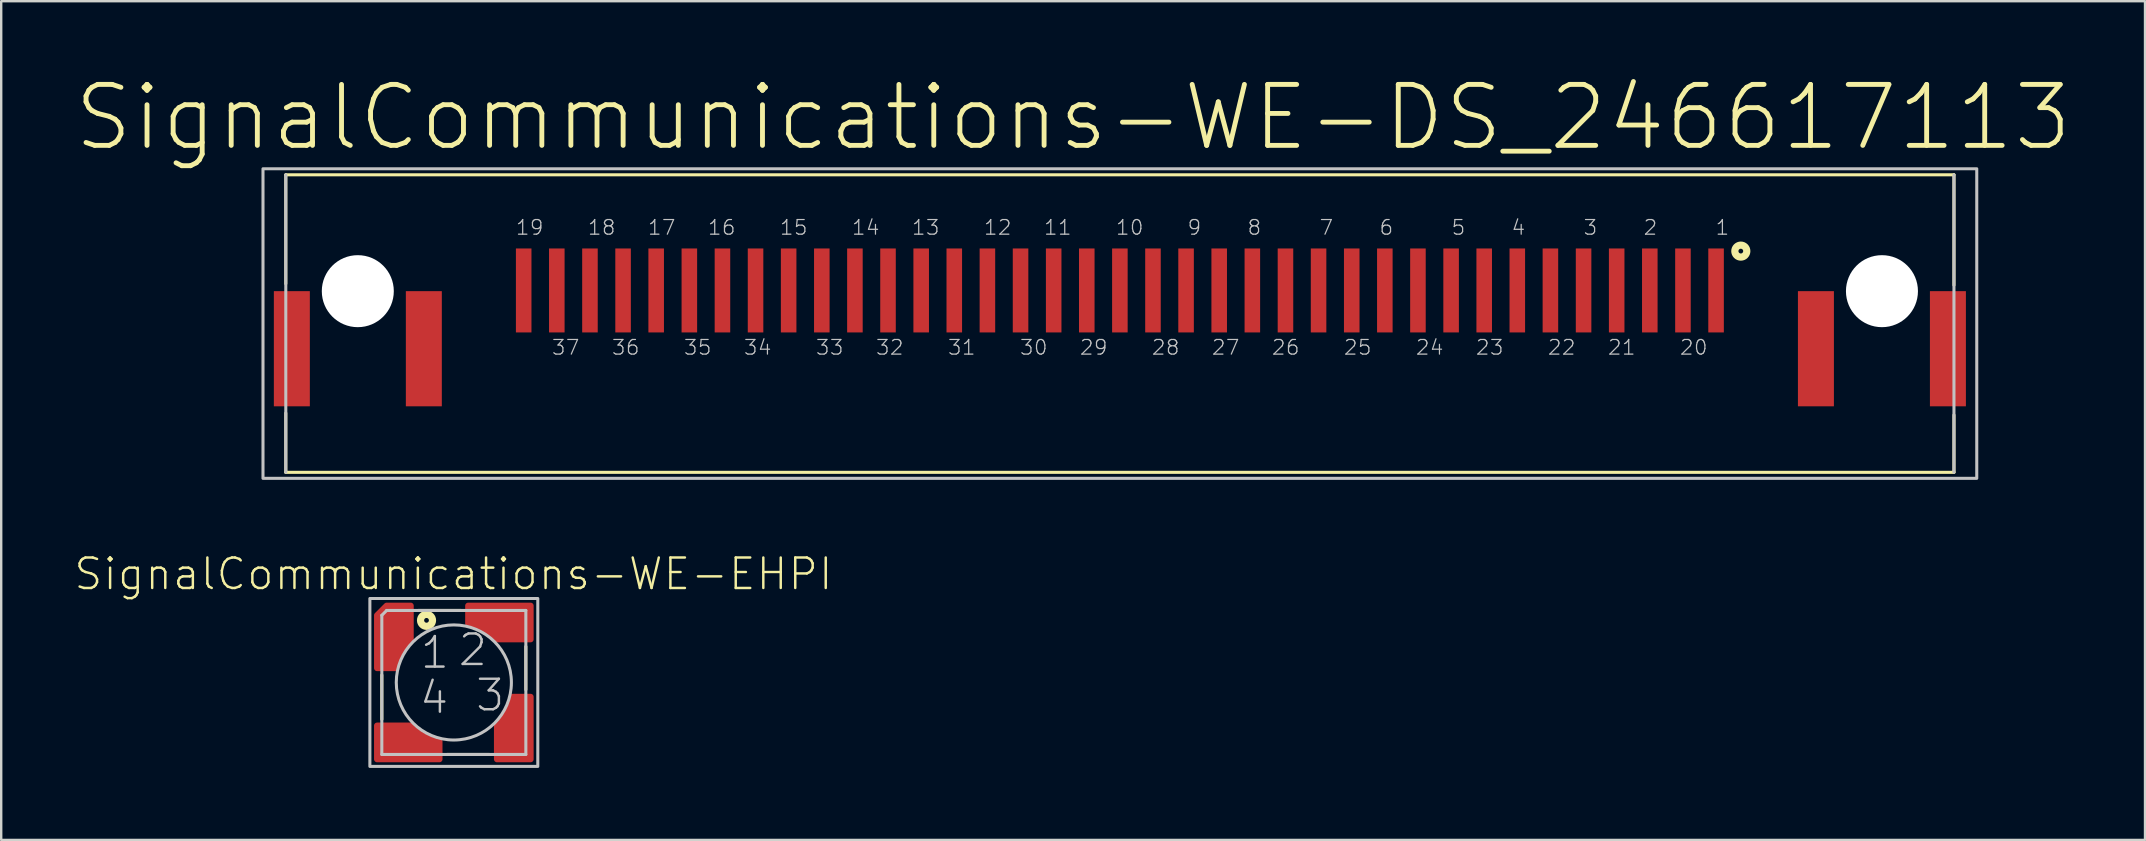
<source format=kicad_pcb>
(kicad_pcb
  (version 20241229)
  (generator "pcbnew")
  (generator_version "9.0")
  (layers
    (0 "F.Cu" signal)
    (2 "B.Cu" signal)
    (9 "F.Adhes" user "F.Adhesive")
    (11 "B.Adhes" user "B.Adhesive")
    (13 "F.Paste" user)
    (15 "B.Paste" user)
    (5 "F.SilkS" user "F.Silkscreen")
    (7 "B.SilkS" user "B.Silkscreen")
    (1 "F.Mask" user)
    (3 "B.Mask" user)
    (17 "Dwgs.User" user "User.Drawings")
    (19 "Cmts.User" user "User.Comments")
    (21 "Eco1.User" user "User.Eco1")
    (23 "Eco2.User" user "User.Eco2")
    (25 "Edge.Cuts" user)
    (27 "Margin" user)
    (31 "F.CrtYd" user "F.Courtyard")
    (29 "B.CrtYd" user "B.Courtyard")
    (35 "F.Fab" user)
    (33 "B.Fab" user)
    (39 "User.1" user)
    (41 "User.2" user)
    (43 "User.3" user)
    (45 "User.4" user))
  (footprint "SignalCommunications-WE-DS_246617113"
    (layer "F.Cu")
    (at 43.607 10.43)
    (property "Reference" "SignalCommunications-WE-DS_246617113" (at -1.948 -8.588 0) (layer "F.SilkS") (effects (font (size 2.54 2.54) (thickness 0.203))))
    (attr smd)
    (fp_line (start -34.75 -6.198) (end 34.75 -6.198) (stroke (width 0.127) (type solid)) (layer "F.SilkS"))
    (fp_line (start -34.75 -1.659) (end -34.75 -6.198) (stroke (width 0.127) (type solid)) (layer "F.SilkS"))
    (fp_line (start -34.75 3.729) (end -34.75 6.198) (stroke (width 0.127) (type solid)) (layer "F.SilkS"))
    (fp_line (start -34.75 6.198) (end 34.75 6.198) (stroke (width 0.127) (type solid)) (layer "F.SilkS"))
    (fp_line (start 34.75 -1.598) (end 34.75 -6.198) (stroke (width 0.127) (type solid)) (layer "F.SilkS"))
    (fp_line (start 34.75 3.81) (end 34.75 6.198) (stroke (width 0.127) (type solid)) (layer "F.SilkS"))
    (fp_circle (center 25.87 -3.018) (end 25.87 -3.117) (stroke (width 0.3) (type solid)) (fill no) (layer "F.SilkS"))
    (fp_line (start -34.75 -6.198) (end -34.75 6.198) (stroke (width 0.127) (type solid)) (layer "Dwgs.User"))
    (fp_line (start 34.75 -6.198) (end 34.75 6.198) (stroke (width 0.127) (type solid)) (layer "Dwgs.User"))
    (fp_poly (pts (xy -35.7 -6.449) (xy 35.7 -6.449) (xy 35.7 6.449) (xy -35.7 6.449) (xy -35.7 -6.449)) (stroke (width 0.127) (type solid)) (fill no) (layer "Dwgs.User"))
    (fp_text user "32" (at -9.588 0.993 0) (layer "Dwgs.User") (effects (font (size 0.61 0.61) (thickness 0.051))))
    (fp_text user "35" (at -17.59 0.993 0) (layer "Dwgs.User") (effects (font (size 0.61 0.61) (thickness 0.051))))
    (fp_text user "7" (at 8.603 -4.003 0) (layer "Dwgs.User") (effects (font (size 0.61 0.61) (thickness 0.051))))
    (fp_text user "30" (at -3.589 0.993 0) (layer "Dwgs.User") (effects (font (size 0.61 0.61) (thickness 0.051))))
    (fp_text user "1" (at 25.103 -4.003 0) (layer "Dwgs.User") (effects (font (size 0.61 0.61) (thickness 0.051))))
    (fp_text user "29" (at -1.09 0.993 0) (layer "Dwgs.User") (effects (font (size 0.61 0.61) (thickness 0.051))))
    (fp_text user "12" (at -5.09 -4.003 0) (layer "Dwgs.User") (effects (font (size 0.61 0.61) (thickness 0.051))))
    (fp_text user "16" (at -16.589 -4.003 0) (layer "Dwgs.User") (effects (font (size 0.61 0.61) (thickness 0.051))))
    (fp_text user "28" (at 1.908 0.993 0) (layer "Dwgs.User") (effects (font (size 0.61 0.61) (thickness 0.051))))
    (fp_text user "17" (at -19.088 -4.003 0) (layer "Dwgs.User") (effects (font (size 0.61 0.61) (thickness 0.051))))
    (fp_text user "18" (at -21.59 -4.003 0) (layer "Dwgs.User") (effects (font (size 0.61 0.61) (thickness 0.051))))
    (fp_text user "34" (at -15.09 0.993 0) (layer "Dwgs.User") (effects (font (size 0.61 0.61) (thickness 0.051))))
    (fp_text user "4" (at 16.604 -4.003 0) (layer "Dwgs.User") (effects (font (size 0.61 0.61) (thickness 0.051))))
    (fp_text user "15" (at -13.589 -4.003 0) (layer "Dwgs.User") (effects (font (size 0.61 0.61) (thickness 0.051))))
    (fp_text user "13" (at -8.09 -4.003 0) (layer "Dwgs.User") (effects (font (size 0.61 0.61) (thickness 0.051))))
    (fp_text user "23" (at 15.408 0.993 0) (layer "Dwgs.User") (effects (font (size 0.61 0.61) (thickness 0.051))))
    (fp_text user "21" (at 20.909 0.993 0) (layer "Dwgs.User") (effects (font (size 0.61 0.61) (thickness 0.051))))
    (fp_text user "6" (at 11.102 -4.003 0) (layer "Dwgs.User") (effects (font (size 0.61 0.61) (thickness 0.051))))
    (fp_text user "37" (at -23.089 0.993 0) (layer "Dwgs.User") (effects (font (size 0.61 0.61) (thickness 0.051))))
    (fp_text user "22" (at 18.407 0.993 0) (layer "Dwgs.User") (effects (font (size 0.61 0.61) (thickness 0.051))))
    (fp_text user "5" (at 14.105 -4.003 0) (layer "Dwgs.User") (effects (font (size 0.61 0.61) (thickness 0.051))))
    (fp_text user "8" (at 5.603 -4.003 0) (layer "Dwgs.User") (effects (font (size 0.61 0.61) (thickness 0.051))))
    (fp_text user "9" (at 3.104 -4.003 0) (layer "Dwgs.User") (effects (font (size 0.61 0.61) (thickness 0.051))))
    (fp_text user "33" (at -12.09 0.993 0) (layer "Dwgs.User") (effects (font (size 0.61 0.61) (thickness 0.051))))
    (fp_text user "20" (at 23.909 0.993 0) (layer "Dwgs.User") (effects (font (size 0.61 0.61) (thickness 0.051))))
    (fp_text user "3" (at 19.604 -4.003 0) (layer "Dwgs.User") (effects (font (size 0.61 0.61) (thickness 0.051))))
    (fp_text user "36" (at -20.589 0.993 0) (layer "Dwgs.User") (effects (font (size 0.61 0.61) (thickness 0.051))))
    (fp_text user "2" (at 22.103 -4.003 0) (layer "Dwgs.User") (effects (font (size 0.61 0.61) (thickness 0.051))))
    (fp_text user "11" (at -2.588 -4.003 0) (layer "Dwgs.User") (effects (font (size 0.61 0.61) (thickness 0.051))))
    (fp_text user "19" (at -24.59 -4.003 0) (layer "Dwgs.User") (effects (font (size 0.61 0.61) (thickness 0.051))))
    (fp_text user "27" (at 4.409 0.993 0) (layer "Dwgs.User") (effects (font (size 0.61 0.61) (thickness 0.051))))
    (fp_text user "25" (at 9.909 0.993 0) (layer "Dwgs.User") (effects (font (size 0.61 0.61) (thickness 0.051))))
    (fp_text user "26" (at 6.909 0.993 0) (layer "Dwgs.User") (effects (font (size 0.61 0.61) (thickness 0.051))))
    (fp_text user "10" (at 0.409 -4.003 0) (layer "Dwgs.User") (effects (font (size 0.61 0.61) (thickness 0.051))))
    (fp_text user "14" (at -10.589 -4.003 0) (layer "Dwgs.User") (effects (font (size 0.61 0.61) (thickness 0.051))))
    (fp_text user "24" (at 12.908 0.993 0) (layer "Dwgs.User") (effects (font (size 0.61 0.61) (thickness 0.051))))
    (fp_text user "31" (at -6.589 0.993 0) (layer "Dwgs.User") (effects (font (size 0.61 0.61) (thickness 0.051))))
    (pad "" np_thru_hole circle (at -31.75 -1.349) (size 3 3) (drill 3) (layers "*.Cu" "*.Mask"))
    (pad "" np_thru_hole circle (at 31.75 -1.349) (size 3 3) (drill 3) (layers "*.Cu" "*.Mask"))
    (pad "1" smd rect (at 24.839 -1.379) (size 0.648 3.498) (layers "F.Cu" "F.Mask" "F.Paste"))
    (pad "2" smd rect (at 22.078 -1.379) (size 0.648 3.498) (layers "F.Cu" "F.Mask" "F.Paste"))
    (pad "3" smd rect (at 19.319 -1.379) (size 0.648 3.498) (layers "F.Cu" "F.Mask" "F.Paste"))
    (pad "4" smd rect (at 16.558 -1.379) (size 0.648 3.498) (layers "F.Cu" "F.Mask" "F.Paste"))
    (pad "5" smd rect (at 13.8 -1.379) (size 0.648 3.498) (layers "F.Cu" "F.Mask" "F.Paste"))
    (pad "6" smd rect (at 11.039 -1.379) (size 0.648 3.498) (layers "F.Cu" "F.Mask" "F.Paste"))
    (pad "7" smd rect (at 8.278 -1.379) (size 0.648 3.498) (layers "F.Cu" "F.Mask" "F.Paste"))
    (pad "8" smd rect (at 5.519 -1.379) (size 0.648 3.498) (layers "F.Cu" "F.Mask" "F.Paste"))
    (pad "9" smd rect (at 2.758 -1.379) (size 0.648 3.498) (layers "F.Cu" "F.Mask" "F.Paste"))
    (pad "10" smd rect (at 0 -1.379) (size 0.648 3.498) (layers "F.Cu" "F.Mask" "F.Paste"))
    (pad "11" smd rect (at -2.758 -1.379) (size 0.648 3.498) (layers "F.Cu" "F.Mask" "F.Paste"))
    (pad "12" smd rect (at -5.519 -1.379) (size 0.648 3.498) (layers "F.Cu" "F.Mask" "F.Paste"))
    (pad "13" smd rect (at -8.278 -1.379) (size 0.648 3.498) (layers "F.Cu" "F.Mask" "F.Paste"))
    (pad "14" smd rect (at -11.039 -1.379) (size 0.648 3.498) (layers "F.Cu" "F.Mask" "F.Paste"))
    (pad "15" smd rect (at -13.8 -1.379) (size 0.648 3.498) (layers "F.Cu" "F.Mask" "F.Paste"))
    (pad "16" smd rect (at -16.558 -1.379) (size 0.648 3.498) (layers "F.Cu" "F.Mask" "F.Paste"))
    (pad "17" smd rect (at -19.319 -1.379) (size 0.648 3.498) (layers "F.Cu" "F.Mask" "F.Paste"))
    (pad "18" smd rect (at -22.078 -1.379) (size 0.648 3.498) (layers "F.Cu" "F.Mask" "F.Paste"))
    (pad "19" smd rect (at -24.839 -1.379) (size 0.648 3.498) (layers "F.Cu" "F.Mask" "F.Paste"))
    (pad "20" smd rect (at 23.459 -1.379) (size 0.648 3.498) (layers "F.Cu" "F.Mask" "F.Paste"))
    (pad "21" smd rect (at 20.698 -1.379) (size 0.648 3.498) (layers "F.Cu" "F.Mask" "F.Paste"))
    (pad "22" smd rect (at 17.937 -1.379) (size 0.648 3.498) (layers "F.Cu" "F.Mask" "F.Paste"))
    (pad "23" smd rect (at 15.179 -1.379) (size 0.648 3.498) (layers "F.Cu" "F.Mask" "F.Paste"))
    (pad "24" smd rect (at 12.418 -1.379) (size 0.648 3.498) (layers "F.Cu" "F.Mask" "F.Paste"))
    (pad "25" smd rect (at 9.66 -1.379) (size 0.648 3.498) (layers "F.Cu" "F.Mask" "F.Paste"))
    (pad "26" smd rect (at 6.899 -1.379) (size 0.648 3.498) (layers "F.Cu" "F.Mask" "F.Paste"))
    (pad "27" smd rect (at 4.138 -1.379) (size 0.648 3.498) (layers "F.Cu" "F.Mask" "F.Paste"))
    (pad "28" smd rect (at 1.379 -1.379) (size 0.648 3.498) (layers "F.Cu" "F.Mask" "F.Paste"))
    (pad "29" smd rect (at -1.379 -1.379) (size 0.648 3.498) (layers "F.Cu" "F.Mask" "F.Paste"))
    (pad "30" smd rect (at -4.138 -1.379) (size 0.648 3.498) (layers "F.Cu" "F.Mask" "F.Paste"))
    (pad "31" smd rect (at -6.899 -1.379) (size 0.648 3.498) (layers "F.Cu" "F.Mask" "F.Paste"))
    (pad "32" smd rect (at -9.66 -1.379) (size 0.648 3.498) (layers "F.Cu" "F.Mask" "F.Paste"))
    (pad "33" smd rect (at -12.418 -1.379) (size 0.648 3.498) (layers "F.Cu" "F.Mask" "F.Paste"))
    (pad "34" smd rect (at -15.179 -1.379) (size 0.648 3.498) (layers "F.Cu" "F.Mask" "F.Paste"))
    (pad "35" smd rect (at -17.937 -1.379) (size 0.648 3.498) (layers "F.Cu" "F.Mask" "F.Paste"))
    (pad "36" smd rect (at -20.698 -1.379) (size 0.648 3.498) (layers "F.Cu" "F.Mask" "F.Paste"))
    (pad "37" smd rect (at -23.459 -1.379) (size 0.648 3.498) (layers "F.Cu" "F.Mask" "F.Paste"))
    (pad "L1" smd rect (at -28.999 1.049) (size 1.499 4.798) (layers "F.Cu" "F.Mask" "F.Paste"))
    (pad "L2" smd rect (at -34.498 1.049) (size 1.499 4.798) (layers "F.Cu" "F.Mask" "F.Paste"))
    (pad "R1" smd rect (at 28.999 1.049) (size 1.499 4.798) (layers "F.Cu" "F.Mask" "F.Paste"))
    (pad "R2" smd rect (at 34.498 1.049) (size 1.499 4.798) (layers "F.Cu" "F.Mask" "F.Paste")))
  (footprint "SignalCommunications-WE-EHPI"
    (layer "F.Cu")
    (at 15.858 25.383)
    (property "Reference" "SignalCommunications-WE-EHPI" (at -0.018 -4.519 0) (layer "F.SilkS") (effects (font (size 1.27 1.27) (thickness 0.102))))
    (attr smd)
    (fp_poly (pts (xy -3.198 1.798) (xy -1.73 1.798) (xy -1.549 1.999) (xy -1.427 2.098) (xy -1.219 2.22) (xy -0.889 2.37) (xy -0.658 2.438) (xy -0.599 2.459) (xy -0.599 3.198) (xy -3.198 3.198) (xy -3.198 1.798)) (stroke (width 0.254) (type solid)) (fill yes) (layer "F.Cu"))
    (fp_poly (pts (xy 1.798 3.198) (xy 1.798 1.73) (xy 1.999 1.549) (xy 2.098 1.427) (xy 2.22 1.219) (xy 2.37 0.889) (xy 2.438 0.658) (xy 2.459 0.599) (xy 3.198 0.599) (xy 3.198 3.198) (xy 1.798 3.198)) (stroke (width 0.254) (type solid)) (fill yes) (layer "F.Cu"))
    (fp_poly (pts (xy 3.198 -1.798) (xy 1.73 -1.798) (xy 1.549 -1.999) (xy 1.427 -2.098) (xy 1.219 -2.22) (xy 0.889 -2.37) (xy 0.658 -2.438) (xy 0.599 -2.459) (xy 0.599 -3.198) (xy 3.198 -3.198) (xy 3.198 -1.798)) (stroke (width 0.254) (type solid)) (fill yes) (layer "F.Cu"))
    (fp_poly (pts (xy -2.799 -3.198) (xy -1.798 -3.198) (xy -1.798 -1.798) (xy -1.89 -1.671) (xy -2.093 -1.412) (xy -2.207 -1.212) (xy -2.301 -1.024) (xy -2.408 -0.765) (xy -2.426 -0.599) (xy -3.198 -0.599) (xy -3.198 -2.799) (xy -2.799 -3.198)) (stroke (width 0.254) (type solid)) (fill yes) (layer "F.Cu"))
    (fp_poly (pts (xy -3.299 1.699) (xy -1.689 1.699) (xy -1.608 1.778) (xy -1.499 1.88) (xy -1.308 2.009) (xy -1.189 2.078) (xy -1.059 2.139) (xy -0.899 2.22) (xy -0.749 2.268) (xy -0.638 2.309) (xy -0.498 2.329) (xy -0.498 3.299) (xy -3.299 3.299) (xy -3.299 1.699)) (stroke (width 0.254) (type solid)) (fill yes) (layer "F.Mask"))
    (fp_poly (pts (xy -2.898 -3.299) (xy -1.699 -3.299) (xy -1.699 -1.699) (xy -1.798 -1.598) (xy -1.925 -1.433) (xy -2.042 -1.255) (xy -2.167 -1.034) (xy -2.248 -0.833) (xy -2.322 -0.615) (xy -2.347 -0.513) (xy -2.352 -0.498) (xy -3.299 -0.498) (xy -3.299 -2.885) (xy -2.898 -3.299)) (stroke (width 0.254) (type solid)) (fill yes) (layer "F.Mask"))
    (fp_poly (pts (xy 1.699 3.299) (xy 1.699 1.689) (xy 1.778 1.608) (xy 1.88 1.499) (xy 2.009 1.308) (xy 2.078 1.189) (xy 2.139 1.059) (xy 2.22 0.899) (xy 2.268 0.749) (xy 2.309 0.638) (xy 2.329 0.498) (xy 3.299 0.498) (xy 3.299 3.299) (xy 1.699 3.299)) (stroke (width 0.254) (type solid)) (fill yes) (layer "F.Mask"))
    (fp_poly (pts (xy 3.299 -1.699) (xy 1.689 -1.699) (xy 1.608 -1.778) (xy 1.499 -1.88) (xy 1.308 -2.009) (xy 1.189 -2.078) (xy 1.059 -2.139) (xy 0.899 -2.22) (xy 0.749 -2.268) (xy 0.638 -2.309) (xy 0.498 -2.329) (xy 0.498 -3.299) (xy 3.299 -3.299) (xy 3.299 -1.699)) (stroke (width 0.254) (type solid)) (fill yes) (layer "F.Mask"))
    (fp_line (start -3 -0.31) (end -3 1.539) (stroke (width 0.127) (type solid)) (layer "F.SilkS"))
    (fp_line (start -1.478 -3) (end 0.29 -3) (stroke (width 0.127) (type solid)) (layer "F.SilkS"))
    (fp_line (start -0.279 3) (end 1.478 3) (stroke (width 0.127) (type solid)) (layer "F.SilkS"))
    (fp_line (start 3 -1.499) (end 3 0.3) (stroke (width 0.127) (type solid)) (layer "F.SilkS"))
    (fp_circle (center -1.138 -2.588) (end -1.138 -2.687) (stroke (width 0.3) (type solid)) (fill no) (layer "F.SilkS"))
    (fp_poly (pts (xy -3.198 1.798) (xy -1.73 1.798) (xy -1.549 1.999) (xy -1.427 2.098) (xy -1.219 2.22) (xy -0.889 2.37) (xy -0.658 2.438) (xy -0.599 2.459) (xy -0.599 3.198) (xy -3.198 3.198) (xy -3.198 1.798)) (stroke (width 0.254) (type solid)) (fill yes) (layer "F.Paste"))
    (fp_poly (pts (xy 1.798 3.198) (xy 1.798 1.73) (xy 1.999 1.549) (xy 2.098 1.427) (xy 2.22 1.219) (xy 2.37 0.889) (xy 2.438 0.658) (xy 2.459 0.599) (xy 3.198 0.599) (xy 3.198 3.198) (xy 1.798 3.198)) (stroke (width 0.254) (type solid)) (fill yes) (layer "F.Paste"))
    (fp_poly (pts (xy 3.198 -1.798) (xy 1.73 -1.798) (xy 1.549 -1.999) (xy 1.427 -2.098) (xy 1.219 -2.22) (xy 0.889 -2.37) (xy 0.658 -2.438) (xy 0.599 -2.459) (xy 0.599 -3.198) (xy 3.198 -3.198) (xy 3.198 -1.798)) (stroke (width 0.254) (type solid)) (fill yes) (layer "F.Paste"))
    (fp_poly (pts (xy -2.799 -3.198) (xy -1.798 -3.198) (xy -1.798 -1.798) (xy -1.89 -1.671) (xy -2.093 -1.412) (xy -2.207 -1.212) (xy -2.301 -1.024) (xy -2.408 -0.765) (xy -2.426 -0.599) (xy -3.198 -0.599) (xy -3.198 -2.799) (xy -2.799 -3.198)) (stroke (width 0.254) (type solid)) (fill yes) (layer "F.Paste"))
    (fp_line (start -3 -2.799) (end -3 3) (stroke (width 0.127) (type solid)) (layer "Dwgs.User"))
    (fp_line (start -3 3) (end 3 3) (stroke (width 0.127) (type solid)) (layer "Dwgs.User"))
    (fp_line (start -2.799 -3) (end -3 -2.799) (stroke (width 0.127) (type solid)) (layer "Dwgs.User"))
    (fp_line (start 3 -3) (end -2.799 -3) (stroke (width 0.127) (type solid)) (layer "Dwgs.User"))
    (fp_line (start 3 3) (end 3 -3) (stroke (width 0.127) (type solid)) (layer "Dwgs.User"))
    (fp_circle (center 0 0) (end 0 -2.398) (stroke (width 0.127) (type solid)) (fill no) (layer "Dwgs.User"))
    (fp_poly (pts (xy -3.498 -3.498) (xy 3.498 -3.498) (xy 3.498 3.498) (xy -3.498 3.498) (xy -3.498 -3.498)) (stroke (width 0.127) (type solid)) (fill no) (layer "Dwgs.User"))
    (fp_text user "3" (at 1.514 0.533 0) (layer "Dwgs.User") (effects (font (size 1.27 1.27) (thickness 0.102))))
    (fp_text user "4" (at -0.823 0.635 0) (layer "Dwgs.User") (effects (font (size 1.27 1.27) (thickness 0.102))))
    (fp_text user "2" (at 0.792 -1.354 0) (layer "Dwgs.User") (effects (font (size 1.27 1.27) (thickness 0.102))))
    (fp_text user "1" (at -0.792 -1.245 0) (layer "Dwgs.User") (effects (font (size 1.27 1.27) (thickness 0.102))))
    (pad "1" smd rect (at -2.499 -1.999 90) (size 1.298 0.699) (layers "F.Cu" "F.Mask" "F.Paste"))
    (pad "2" smd rect (at 1.999 -2.499 180) (size 1.298 0.599) (layers "F.Cu" "F.Mask" "F.Paste"))
    (pad "3" smd rect (at 2.499 1.999 270) (size 1.298 0.599) (layers "F.Cu" "F.Mask" "F.Paste"))
    (pad "4" smd rect (at -1.999 2.499) (size 1.298 0.599) (layers "F.Cu" "F.Mask" "F.Paste")))
  (gr_rect
    (start -3 -3)
    (end 86.317 31.944)
    (stroke (width 0.1) (type default))
    (fill no)
    (layer "Edge.Cuts")))
</source>
